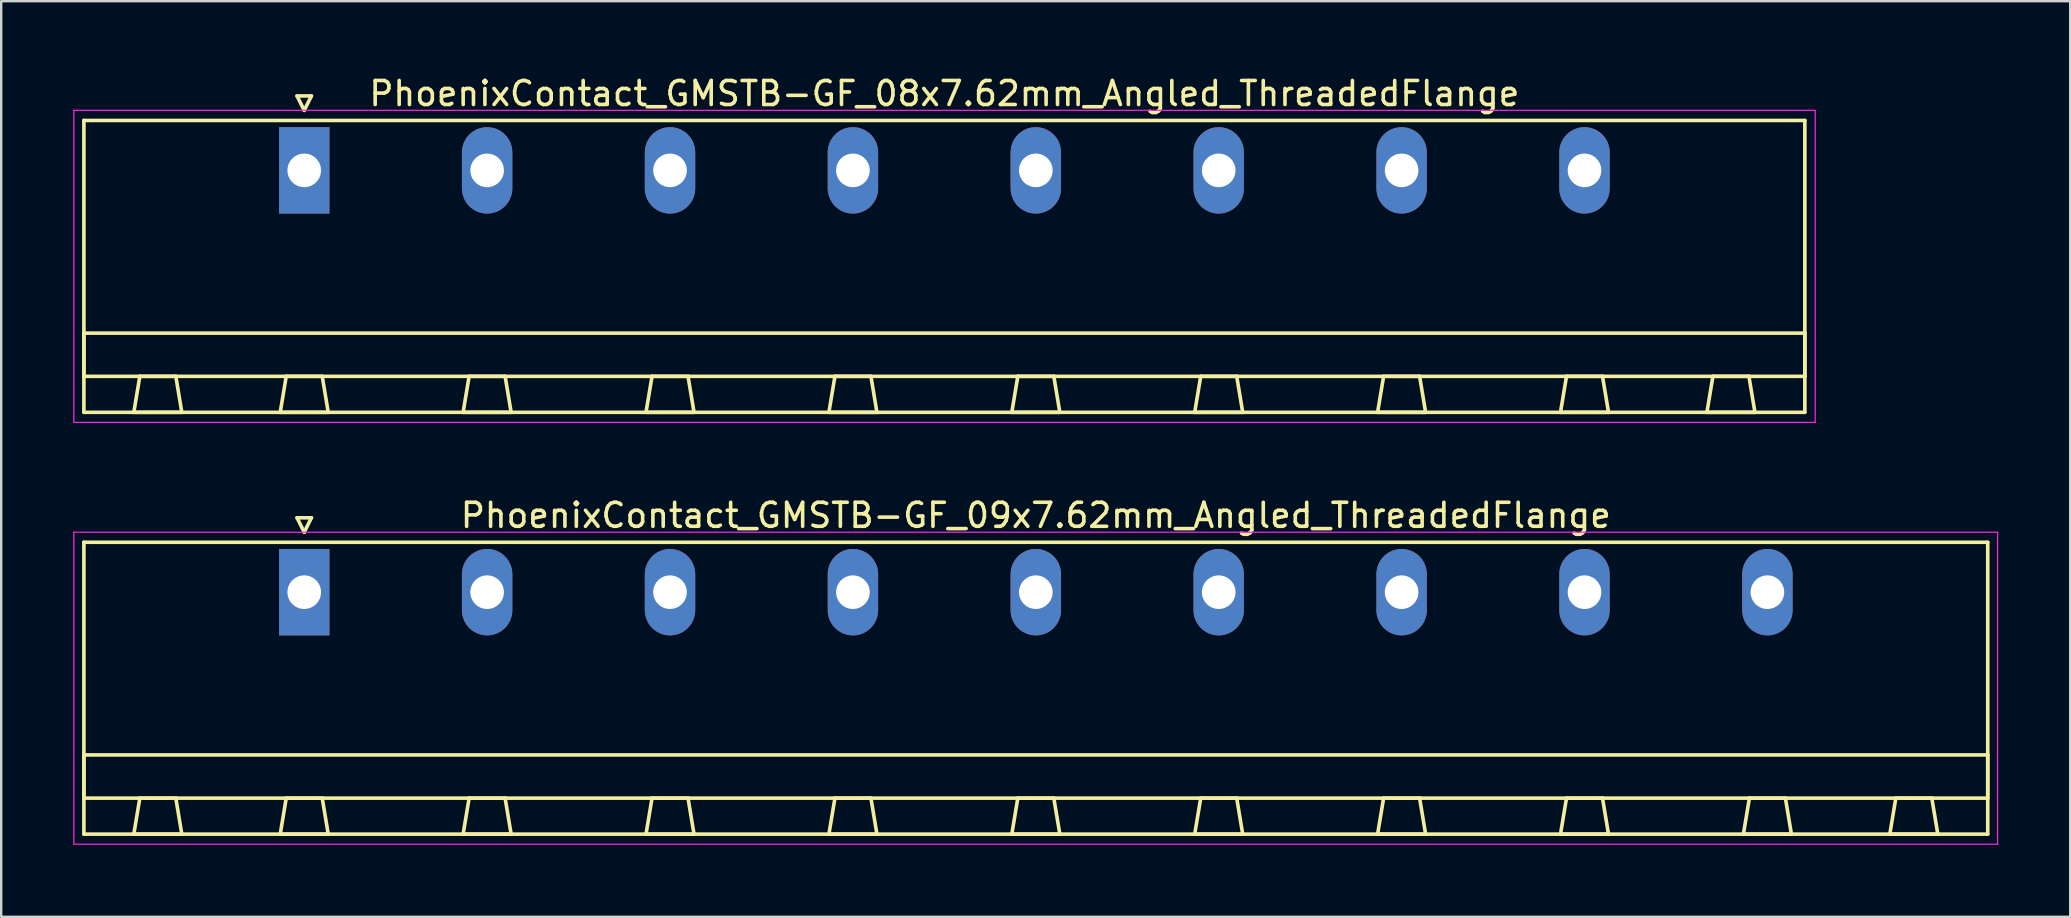
<source format=kicad_pcb>
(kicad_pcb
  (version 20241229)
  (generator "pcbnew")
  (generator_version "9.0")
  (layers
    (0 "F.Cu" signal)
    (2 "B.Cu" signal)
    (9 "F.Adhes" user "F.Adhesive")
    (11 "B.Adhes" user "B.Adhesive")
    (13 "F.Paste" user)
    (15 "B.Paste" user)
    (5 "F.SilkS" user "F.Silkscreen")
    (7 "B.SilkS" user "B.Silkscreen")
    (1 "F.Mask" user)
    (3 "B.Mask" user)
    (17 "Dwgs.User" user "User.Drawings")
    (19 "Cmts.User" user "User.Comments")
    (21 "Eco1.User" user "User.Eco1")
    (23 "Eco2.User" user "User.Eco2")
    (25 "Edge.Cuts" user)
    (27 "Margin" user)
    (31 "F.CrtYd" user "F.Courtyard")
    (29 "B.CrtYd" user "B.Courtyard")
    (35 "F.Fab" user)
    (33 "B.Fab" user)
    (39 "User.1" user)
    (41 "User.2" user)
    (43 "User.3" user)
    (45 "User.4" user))
  (footprint "PhoenixContact_GMSTB-GF_09x7.62mm_Angled_ThreadedFlange"
    (layer "F.Cu")
    (at 9.625 21.622)
    (property "Reference" "PhoenixContact_GMSTB-GF_09x7.62mm_Angled_ThreadedFlange" (at 30.48 -3.2 0) (layer "F.SilkS") (effects (font (size 1 1) (thickness 0.15))))
    (attr through_hole)
    (fp_line (start -9.18 -2.08) (end -9.18 10.08) (stroke (width 0.15) (type solid)) (layer "F.SilkS"))
    (fp_line (start -9.18 6.78) (end 70.14 6.78) (stroke (width 0.15) (type solid)) (layer "F.SilkS"))
    (fp_line (start -9.18 8.58) (end -9.18 6.78) (stroke (width 0.15) (type solid)) (layer "F.SilkS"))
    (fp_line (start -9.18 10.08) (end 70.14 10.08) (stroke (width 0.15) (type solid)) (layer "F.SilkS"))
    (fp_line (start -7.1 10.08) (end -5.1 10.08) (stroke (width 0.15) (type solid)) (layer "F.SilkS"))
    (fp_line (start -6.85 8.58) (end -7.1 10.08) (stroke (width 0.15) (type solid)) (layer "F.SilkS"))
    (fp_line (start -5.35 8.58) (end -6.85 8.58) (stroke (width 0.15) (type solid)) (layer "F.SilkS"))
    (fp_line (start -5.1 10.08) (end -5.35 8.58) (stroke (width 0.15) (type solid)) (layer "F.SilkS"))
    (fp_line (start -1 10.08) (end 1 10.08) (stroke (width 0.15) (type solid)) (layer "F.SilkS"))
    (fp_line (start -0.75 8.58) (end -1 10.08) (stroke (width 0.15) (type solid)) (layer "F.SilkS"))
    (fp_line (start -0.3 -3.1) (end 0 -2.5) (stroke (width 0.15) (type solid)) (layer "F.SilkS"))
    (fp_line (start 0 -2.5) (end 0.3 -3.1) (stroke (width 0.15) (type solid)) (layer "F.SilkS"))
    (fp_line (start 0.3 -3.1) (end -0.3 -3.1) (stroke (width 0.15) (type solid)) (layer "F.SilkS"))
    (fp_line (start 0.75 8.58) (end -0.75 8.58) (stroke (width 0.15) (type solid)) (layer "F.SilkS"))
    (fp_line (start 1 10.08) (end 0.75 8.58) (stroke (width 0.15) (type solid)) (layer "F.SilkS"))
    (fp_line (start 6.62 10.08) (end 8.62 10.08) (stroke (width 0.15) (type solid)) (layer "F.SilkS"))
    (fp_line (start 6.87 8.58) (end 6.62 10.08) (stroke (width 0.15) (type solid)) (layer "F.SilkS"))
    (fp_line (start 8.37 8.58) (end 6.87 8.58) (stroke (width 0.15) (type solid)) (layer "F.SilkS"))
    (fp_line (start 8.62 10.08) (end 8.37 8.58) (stroke (width 0.15) (type solid)) (layer "F.SilkS"))
    (fp_line (start 14.24 10.08) (end 16.24 10.08) (stroke (width 0.15) (type solid)) (layer "F.SilkS"))
    (fp_line (start 14.49 8.58) (end 14.24 10.08) (stroke (width 0.15) (type solid)) (layer "F.SilkS"))
    (fp_line (start 15.99 8.58) (end 14.49 8.58) (stroke (width 0.15) (type solid)) (layer "F.SilkS"))
    (fp_line (start 16.24 10.08) (end 15.99 8.58) (stroke (width 0.15) (type solid)) (layer "F.SilkS"))
    (fp_line (start 21.86 10.08) (end 23.86 10.08) (stroke (width 0.15) (type solid)) (layer "F.SilkS"))
    (fp_line (start 22.11 8.58) (end 21.86 10.08) (stroke (width 0.15) (type solid)) (layer "F.SilkS"))
    (fp_line (start 23.61 8.58) (end 22.11 8.58) (stroke (width 0.15) (type solid)) (layer "F.SilkS"))
    (fp_line (start 23.86 10.08) (end 23.61 8.58) (stroke (width 0.15) (type solid)) (layer "F.SilkS"))
    (fp_line (start 29.48 10.08) (end 31.48 10.08) (stroke (width 0.15) (type solid)) (layer "F.SilkS"))
    (fp_line (start 29.73 8.58) (end 29.48 10.08) (stroke (width 0.15) (type solid)) (layer "F.SilkS"))
    (fp_line (start 31.23 8.58) (end 29.73 8.58) (stroke (width 0.15) (type solid)) (layer "F.SilkS"))
    (fp_line (start 31.48 10.08) (end 31.23 8.58) (stroke (width 0.15) (type solid)) (layer "F.SilkS"))
    (fp_line (start 37.1 10.08) (end 39.1 10.08) (stroke (width 0.15) (type solid)) (layer "F.SilkS"))
    (fp_line (start 37.35 8.58) (end 37.1 10.08) (stroke (width 0.15) (type solid)) (layer "F.SilkS"))
    (fp_line (start 38.85 8.58) (end 37.35 8.58) (stroke (width 0.15) (type solid)) (layer "F.SilkS"))
    (fp_line (start 39.1 10.08) (end 38.85 8.58) (stroke (width 0.15) (type solid)) (layer "F.SilkS"))
    (fp_line (start 44.72 10.08) (end 46.72 10.08) (stroke (width 0.15) (type solid)) (layer "F.SilkS"))
    (fp_line (start 44.97 8.58) (end 44.72 10.08) (stroke (width 0.15) (type solid)) (layer "F.SilkS"))
    (fp_line (start 46.47 8.58) (end 44.97 8.58) (stroke (width 0.15) (type solid)) (layer "F.SilkS"))
    (fp_line (start 46.72 10.08) (end 46.47 8.58) (stroke (width 0.15) (type solid)) (layer "F.SilkS"))
    (fp_line (start 52.34 10.08) (end 54.34 10.08) (stroke (width 0.15) (type solid)) (layer "F.SilkS"))
    (fp_line (start 52.59 8.58) (end 52.34 10.08) (stroke (width 0.15) (type solid)) (layer "F.SilkS"))
    (fp_line (start 54.09 8.58) (end 52.59 8.58) (stroke (width 0.15) (type solid)) (layer "F.SilkS"))
    (fp_line (start 54.34 10.08) (end 54.09 8.58) (stroke (width 0.15) (type solid)) (layer "F.SilkS"))
    (fp_line (start 59.96 10.08) (end 61.96 10.08) (stroke (width 0.15) (type solid)) (layer "F.SilkS"))
    (fp_line (start 60.21 8.58) (end 59.96 10.08) (stroke (width 0.15) (type solid)) (layer "F.SilkS"))
    (fp_line (start 61.71 8.58) (end 60.21 8.58) (stroke (width 0.15) (type solid)) (layer "F.SilkS"))
    (fp_line (start 61.96 10.08) (end 61.71 8.58) (stroke (width 0.15) (type solid)) (layer "F.SilkS"))
    (fp_line (start 66.06 10.08) (end 68.06 10.08) (stroke (width 0.15) (type solid)) (layer "F.SilkS"))
    (fp_line (start 66.31 8.58) (end 66.06 10.08) (stroke (width 0.15) (type solid)) (layer "F.SilkS"))
    (fp_line (start 67.81 8.58) (end 66.31 8.58) (stroke (width 0.15) (type solid)) (layer "F.SilkS"))
    (fp_line (start 68.06 10.08) (end 67.81 8.58) (stroke (width 0.15) (type solid)) (layer "F.SilkS"))
    (fp_line (start 70.14 -2.08) (end -9.18 -2.08) (stroke (width 0.15) (type solid)) (layer "F.SilkS"))
    (fp_line (start 70.14 6.78) (end 70.14 8.58) (stroke (width 0.15) (type solid)) (layer "F.SilkS"))
    (fp_line (start 70.14 8.58) (end -9.18 8.58) (stroke (width 0.15) (type solid)) (layer "F.SilkS"))
    (fp_line (start 70.14 10.08) (end 70.14 -2.08) (stroke (width 0.15) (type solid)) (layer "F.SilkS"))
    (fp_line (start -9.6 -2.5) (end -9.6 10.5) (stroke (width 0.05) (type solid)) (layer "F.CrtYd"))
    (fp_line (start -9.6 10.5) (end 70.55 10.5) (stroke (width 0.05) (type solid)) (layer "F.CrtYd"))
    (fp_line (start 70.55 -2.5) (end -9.6 -2.5) (stroke (width 0.05) (type solid)) (layer "F.CrtYd"))
    (fp_line (start 70.55 10.5) (end 70.55 -2.5) (stroke (width 0.05) (type solid)) (layer "F.CrtYd"))
    (pad "1" thru_hole rect (at 0 0) (size 2.1 3.6) (drill 1.4) (layers "*.Cu" "*.Mask"))
    (pad "2" thru_hole oval (at 7.62 0) (size 2.1 3.6) (drill 1.4) (layers "*.Cu" "*.Mask"))
    (pad "3" thru_hole oval (at 15.24 0) (size 2.1 3.6) (drill 1.4) (layers "*.Cu" "*.Mask"))
    (pad "4" thru_hole oval (at 22.86 0) (size 2.1 3.6) (drill 1.4) (layers "*.Cu" "*.Mask"))
    (pad "5" thru_hole oval (at 30.48 0) (size 2.1 3.6) (drill 1.4) (layers "*.Cu" "*.Mask"))
    (pad "6" thru_hole oval (at 38.1 0) (size 2.1 3.6) (drill 1.4) (layers "*.Cu" "*.Mask"))
    (pad "7" thru_hole oval (at 45.72 0) (size 2.1 3.6) (drill 1.4) (layers "*.Cu" "*.Mask"))
    (pad "8" thru_hole oval (at 53.34 0) (size 2.1 3.6) (drill 1.4) (layers "*.Cu" "*.Mask"))
    (pad "9" thru_hole oval (at 60.96 0) (size 2.1 3.6) (drill 1.4) (layers "*.Cu" "*.Mask")))
  (footprint "PhoenixContact_GMSTB-GF_08x7.62mm_Angled_ThreadedFlange"
    (layer "F.Cu")
    (at 9.625 4.048)
    (property "Reference" "PhoenixContact_GMSTB-GF_08x7.62mm_Angled_ThreadedFlange" (at 26.67 -3.2 0) (layer "F.SilkS") (effects (font (size 1 1) (thickness 0.15))))
    (attr through_hole)
    (fp_line (start -9.18 -2.08) (end -9.18 10.08) (stroke (width 0.15) (type solid)) (layer "F.SilkS"))
    (fp_line (start -9.18 6.78) (end 62.52 6.78) (stroke (width 0.15) (type solid)) (layer "F.SilkS"))
    (fp_line (start -9.18 8.58) (end -9.18 6.78) (stroke (width 0.15) (type solid)) (layer "F.SilkS"))
    (fp_line (start -9.18 10.08) (end 62.52 10.08) (stroke (width 0.15) (type solid)) (layer "F.SilkS"))
    (fp_line (start -7.1 10.08) (end -5.1 10.08) (stroke (width 0.15) (type solid)) (layer "F.SilkS"))
    (fp_line (start -6.85 8.58) (end -7.1 10.08) (stroke (width 0.15) (type solid)) (layer "F.SilkS"))
    (fp_line (start -5.35 8.58) (end -6.85 8.58) (stroke (width 0.15) (type solid)) (layer "F.SilkS"))
    (fp_line (start -5.1 10.08) (end -5.35 8.58) (stroke (width 0.15) (type solid)) (layer "F.SilkS"))
    (fp_line (start -1 10.08) (end 1 10.08) (stroke (width 0.15) (type solid)) (layer "F.SilkS"))
    (fp_line (start -0.75 8.58) (end -1 10.08) (stroke (width 0.15) (type solid)) (layer "F.SilkS"))
    (fp_line (start -0.3 -3.1) (end 0 -2.5) (stroke (width 0.15) (type solid)) (layer "F.SilkS"))
    (fp_line (start 0 -2.5) (end 0.3 -3.1) (stroke (width 0.15) (type solid)) (layer "F.SilkS"))
    (fp_line (start 0.3 -3.1) (end -0.3 -3.1) (stroke (width 0.15) (type solid)) (layer "F.SilkS"))
    (fp_line (start 0.75 8.58) (end -0.75 8.58) (stroke (width 0.15) (type solid)) (layer "F.SilkS"))
    (fp_line (start 1 10.08) (end 0.75 8.58) (stroke (width 0.15) (type solid)) (layer "F.SilkS"))
    (fp_line (start 6.62 10.08) (end 8.62 10.08) (stroke (width 0.15) (type solid)) (layer "F.SilkS"))
    (fp_line (start 6.87 8.58) (end 6.62 10.08) (stroke (width 0.15) (type solid)) (layer "F.SilkS"))
    (fp_line (start 8.37 8.58) (end 6.87 8.58) (stroke (width 0.15) (type solid)) (layer "F.SilkS"))
    (fp_line (start 8.62 10.08) (end 8.37 8.58) (stroke (width 0.15) (type solid)) (layer "F.SilkS"))
    (fp_line (start 14.24 10.08) (end 16.24 10.08) (stroke (width 0.15) (type solid)) (layer "F.SilkS"))
    (fp_line (start 14.49 8.58) (end 14.24 10.08) (stroke (width 0.15) (type solid)) (layer "F.SilkS"))
    (fp_line (start 15.99 8.58) (end 14.49 8.58) (stroke (width 0.15) (type solid)) (layer "F.SilkS"))
    (fp_line (start 16.24 10.08) (end 15.99 8.58) (stroke (width 0.15) (type solid)) (layer "F.SilkS"))
    (fp_line (start 21.86 10.08) (end 23.86 10.08) (stroke (width 0.15) (type solid)) (layer "F.SilkS"))
    (fp_line (start 22.11 8.58) (end 21.86 10.08) (stroke (width 0.15) (type solid)) (layer "F.SilkS"))
    (fp_line (start 23.61 8.58) (end 22.11 8.58) (stroke (width 0.15) (type solid)) (layer "F.SilkS"))
    (fp_line (start 23.86 10.08) (end 23.61 8.58) (stroke (width 0.15) (type solid)) (layer "F.SilkS"))
    (fp_line (start 29.48 10.08) (end 31.48 10.08) (stroke (width 0.15) (type solid)) (layer "F.SilkS"))
    (fp_line (start 29.73 8.58) (end 29.48 10.08) (stroke (width 0.15) (type solid)) (layer "F.SilkS"))
    (fp_line (start 31.23 8.58) (end 29.73 8.58) (stroke (width 0.15) (type solid)) (layer "F.SilkS"))
    (fp_line (start 31.48 10.08) (end 31.23 8.58) (stroke (width 0.15) (type solid)) (layer "F.SilkS"))
    (fp_line (start 37.1 10.08) (end 39.1 10.08) (stroke (width 0.15) (type solid)) (layer "F.SilkS"))
    (fp_line (start 37.35 8.58) (end 37.1 10.08) (stroke (width 0.15) (type solid)) (layer "F.SilkS"))
    (fp_line (start 38.85 8.58) (end 37.35 8.58) (stroke (width 0.15) (type solid)) (layer "F.SilkS"))
    (fp_line (start 39.1 10.08) (end 38.85 8.58) (stroke (width 0.15) (type solid)) (layer "F.SilkS"))
    (fp_line (start 44.72 10.08) (end 46.72 10.08) (stroke (width 0.15) (type solid)) (layer "F.SilkS"))
    (fp_line (start 44.97 8.58) (end 44.72 10.08) (stroke (width 0.15) (type solid)) (layer "F.SilkS"))
    (fp_line (start 46.47 8.58) (end 44.97 8.58) (stroke (width 0.15) (type solid)) (layer "F.SilkS"))
    (fp_line (start 46.72 10.08) (end 46.47 8.58) (stroke (width 0.15) (type solid)) (layer "F.SilkS"))
    (fp_line (start 52.34 10.08) (end 54.34 10.08) (stroke (width 0.15) (type solid)) (layer "F.SilkS"))
    (fp_line (start 52.59 8.58) (end 52.34 10.08) (stroke (width 0.15) (type solid)) (layer "F.SilkS"))
    (fp_line (start 54.09 8.58) (end 52.59 8.58) (stroke (width 0.15) (type solid)) (layer "F.SilkS"))
    (fp_line (start 54.34 10.08) (end 54.09 8.58) (stroke (width 0.15) (type solid)) (layer "F.SilkS"))
    (fp_line (start 58.44 10.08) (end 60.44 10.08) (stroke (width 0.15) (type solid)) (layer "F.SilkS"))
    (fp_line (start 58.69 8.58) (end 58.44 10.08) (stroke (width 0.15) (type solid)) (layer "F.SilkS"))
    (fp_line (start 60.19 8.58) (end 58.69 8.58) (stroke (width 0.15) (type solid)) (layer "F.SilkS"))
    (fp_line (start 60.44 10.08) (end 60.19 8.58) (stroke (width 0.15) (type solid)) (layer "F.SilkS"))
    (fp_line (start 62.52 -2.08) (end -9.18 -2.08) (stroke (width 0.15) (type solid)) (layer "F.SilkS"))
    (fp_line (start 62.52 6.78) (end 62.52 8.58) (stroke (width 0.15) (type solid)) (layer "F.SilkS"))
    (fp_line (start 62.52 8.58) (end -9.18 8.58) (stroke (width 0.15) (type solid)) (layer "F.SilkS"))
    (fp_line (start 62.52 10.08) (end 62.52 -2.08) (stroke (width 0.15) (type solid)) (layer "F.SilkS"))
    (fp_line (start -9.6 -2.5) (end -9.6 10.5) (stroke (width 0.05) (type solid)) (layer "F.CrtYd"))
    (fp_line (start -9.6 10.5) (end 62.95 10.5) (stroke (width 0.05) (type solid)) (layer "F.CrtYd"))
    (fp_line (start 62.95 -2.5) (end -9.6 -2.5) (stroke (width 0.05) (type solid)) (layer "F.CrtYd"))
    (fp_line (start 62.95 10.5) (end 62.95 -2.5) (stroke (width 0.05) (type solid)) (layer "F.CrtYd"))
    (pad "1" thru_hole rect (at 0 0) (size 2.1 3.6) (drill 1.4) (layers "*.Cu" "*.Mask"))
    (pad "2" thru_hole oval (at 7.62 0) (size 2.1 3.6) (drill 1.4) (layers "*.Cu" "*.Mask"))
    (pad "3" thru_hole oval (at 15.24 0) (size 2.1 3.6) (drill 1.4) (layers "*.Cu" "*.Mask"))
    (pad "4" thru_hole oval (at 22.86 0) (size 2.1 3.6) (drill 1.4) (layers "*.Cu" "*.Mask"))
    (pad "5" thru_hole oval (at 30.48 0) (size 2.1 3.6) (drill 1.4) (layers "*.Cu" "*.Mask"))
    (pad "6" thru_hole oval (at 38.1 0) (size 2.1 3.6) (drill 1.4) (layers "*.Cu" "*.Mask"))
    (pad "7" thru_hole oval (at 45.72 0) (size 2.1 3.6) (drill 1.4) (layers "*.Cu" "*.Mask"))
    (pad "8" thru_hole oval (at 53.34 0) (size 2.1 3.6) (drill 1.4) (layers "*.Cu" "*.Mask")))
  (gr_rect
    (start -3 -3)
    (end 83.2 35.147)
    (stroke (width 0.1) (type default))
    (fill no)
    (layer "Edge.Cuts")))
</source>
